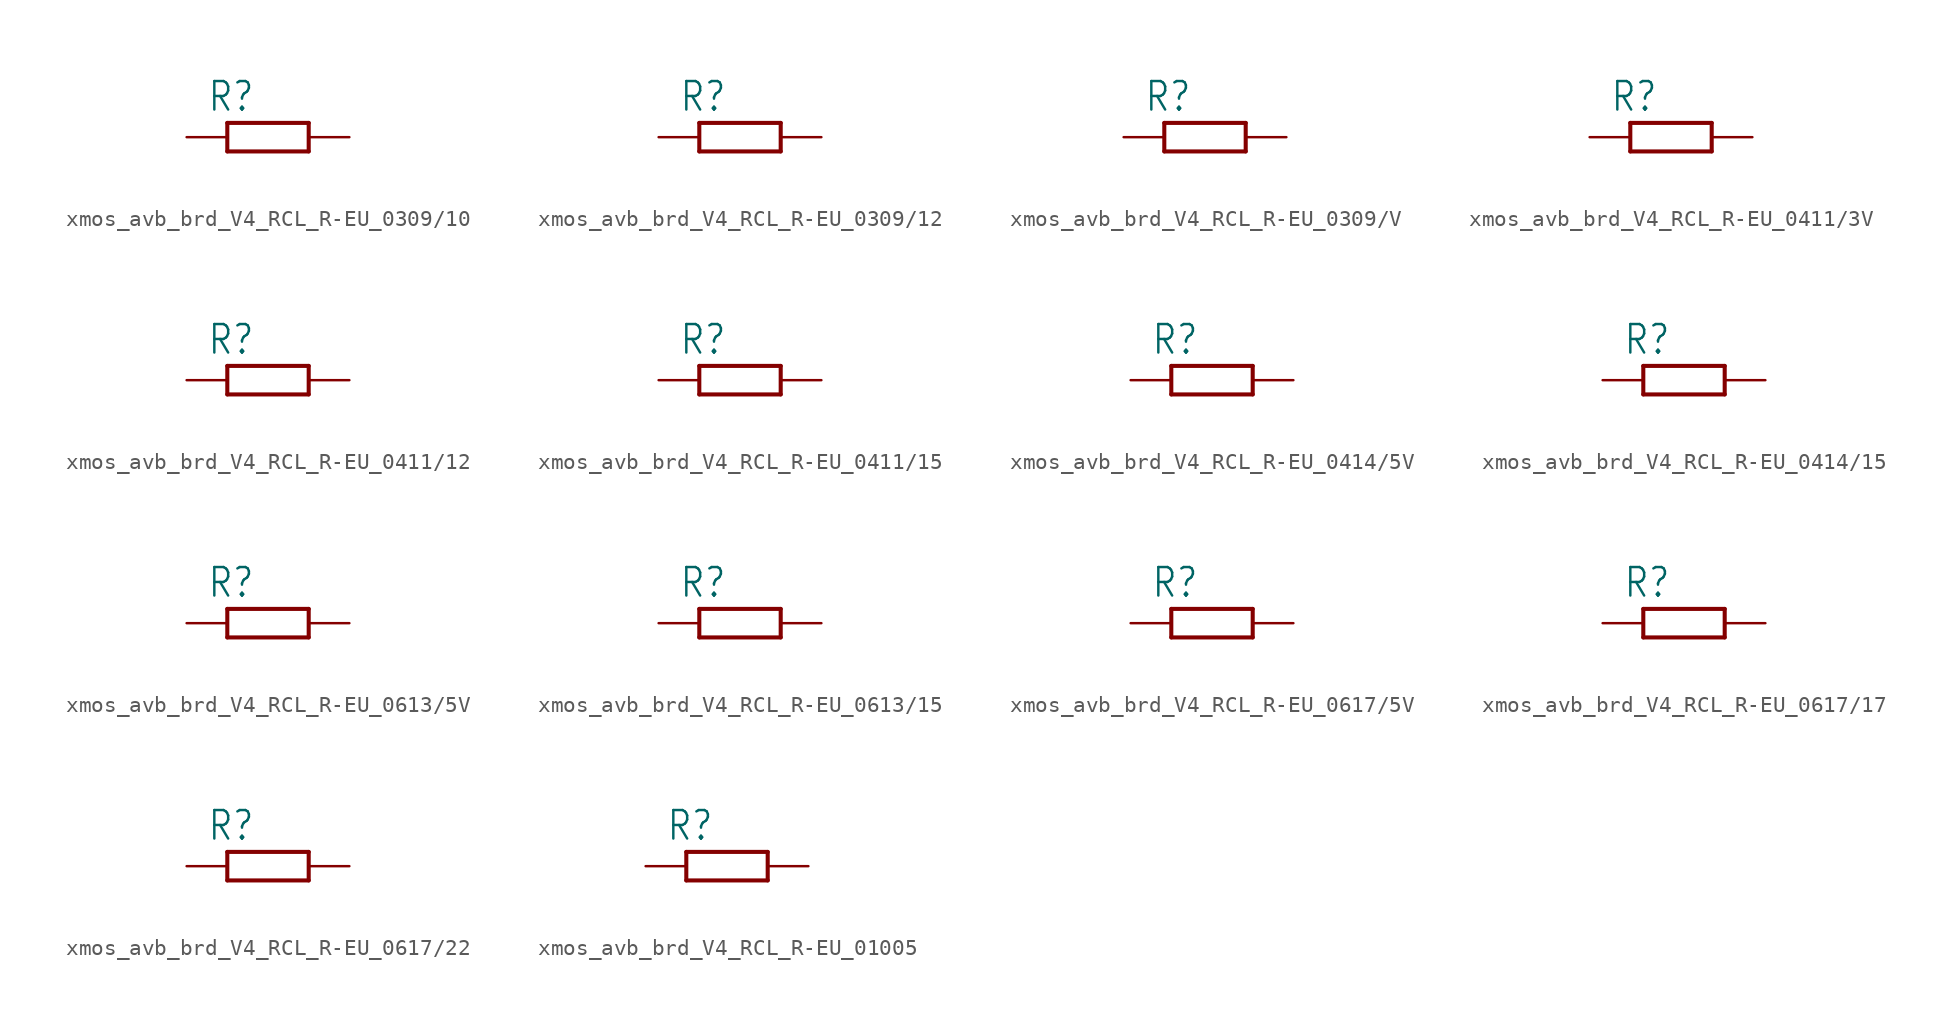
<source format=kicad_sym>
(kicad_symbol_lib
  (version 20241209)
  (generator "kicad_symbol_editor")
  (generator_version "9.0")
  (symbol "xmos_avb_brd_V4_RCL_R-EU_0309/10"
    (property "Reference" "R"
      (at -3.81 1.499 0)
      (effects (font (size 1.778 1.511)) (justify left bottom)))
    (property "Value" ""
      (at -3.81 -3.302 0)
      (effects (font (size 1.778 1.511)) (justify left bottom)))
    (property "ki_locked" ""
      (at 0 0 0)
      (effects (font (size 1.27 1.27))))
    (symbol "xmos_avb_brd_V4_RCL_R-EU_0309/10_1_0"
      (polyline (pts (xy -2.54 -0.889) (xy -2.54 0.889)) (stroke (width 0.254) (type solid)) (fill (type none)))
      (polyline (pts (xy -2.54 -0.889) (xy 2.54 -0.889)) (stroke (width 0.254) (type solid)) (fill (type none)))
      (polyline (pts (xy 2.54 0.889) (xy -2.54 0.889)) (stroke (width 0.254) (type solid)) (fill (type none)))
      (polyline (pts (xy 2.54 -0.889) (xy 2.54 0.889)) (stroke (width 0.254) (type solid)) (fill (type none)))
      (pin passive line (at -5.08 0 0) (length 2.54) (name "1" (effects (font (size 0 0)))) (number "1" (effects (font (size 0 0)))))
      (pin passive line (at 5.08 0 180) (length 2.54) (name "2" (effects (font (size 0 0)))) (number "2" (effects (font (size 0 0)))))))
  (symbol "xmos_avb_brd_V4_RCL_R-EU_0309/12"
    (property "Reference" "R"
      (at -3.81 1.499 0)
      (effects (font (size 1.778 1.511)) (justify left bottom)))
    (property "Value" ""
      (at -3.81 -3.302 0)
      (effects (font (size 1.778 1.511)) (justify left bottom)))
    (property "ki_locked" ""
      (at 0 0 0)
      (effects (font (size 1.27 1.27))))
    (symbol "xmos_avb_brd_V4_RCL_R-EU_0309/12_1_0"
      (polyline (pts (xy -2.54 -0.889) (xy -2.54 0.889)) (stroke (width 0.254) (type solid)) (fill (type none)))
      (polyline (pts (xy -2.54 -0.889) (xy 2.54 -0.889)) (stroke (width 0.254) (type solid)) (fill (type none)))
      (polyline (pts (xy 2.54 0.889) (xy -2.54 0.889)) (stroke (width 0.254) (type solid)) (fill (type none)))
      (polyline (pts (xy 2.54 -0.889) (xy 2.54 0.889)) (stroke (width 0.254) (type solid)) (fill (type none)))
      (pin passive line (at -5.08 0 0) (length 2.54) (name "1" (effects (font (size 0 0)))) (number "1" (effects (font (size 0 0)))))
      (pin passive line (at 5.08 0 180) (length 2.54) (name "2" (effects (font (size 0 0)))) (number "2" (effects (font (size 0 0)))))))
  (symbol "xmos_avb_brd_V4_RCL_R-EU_0309/V"
    (property "Reference" "R"
      (at -3.81 1.499 0)
      (effects (font (size 1.778 1.511)) (justify left bottom)))
    (property "Value" ""
      (at -3.81 -3.302 0)
      (effects (font (size 1.778 1.511)) (justify left bottom)))
    (property "ki_locked" ""
      (at 0 0 0)
      (effects (font (size 1.27 1.27))))
    (symbol "xmos_avb_brd_V4_RCL_R-EU_0309/V_1_0"
      (polyline (pts (xy -2.54 -0.889) (xy -2.54 0.889)) (stroke (width 0.254) (type solid)) (fill (type none)))
      (polyline (pts (xy -2.54 -0.889) (xy 2.54 -0.889)) (stroke (width 0.254) (type solid)) (fill (type none)))
      (polyline (pts (xy 2.54 0.889) (xy -2.54 0.889)) (stroke (width 0.254) (type solid)) (fill (type none)))
      (polyline (pts (xy 2.54 -0.889) (xy 2.54 0.889)) (stroke (width 0.254) (type solid)) (fill (type none)))
      (pin passive line (at -5.08 0 0) (length 2.54) (name "1" (effects (font (size 0 0)))) (number "1" (effects (font (size 0 0)))))
      (pin passive line (at 5.08 0 180) (length 2.54) (name "2" (effects (font (size 0 0)))) (number "2" (effects (font (size 0 0)))))))
  (symbol "xmos_avb_brd_V4_RCL_R-EU_0411/3V"
    (property "Reference" "R"
      (at -3.81 1.499 0)
      (effects (font (size 1.778 1.511)) (justify left bottom)))
    (property "Value" ""
      (at -3.81 -3.302 0)
      (effects (font (size 1.778 1.511)) (justify left bottom)))
    (property "ki_locked" ""
      (at 0 0 0)
      (effects (font (size 1.27 1.27))))
    (symbol "xmos_avb_brd_V4_RCL_R-EU_0411/3V_1_0"
      (polyline (pts (xy -2.54 -0.889) (xy -2.54 0.889)) (stroke (width 0.254) (type solid)) (fill (type none)))
      (polyline (pts (xy -2.54 -0.889) (xy 2.54 -0.889)) (stroke (width 0.254) (type solid)) (fill (type none)))
      (polyline (pts (xy 2.54 0.889) (xy -2.54 0.889)) (stroke (width 0.254) (type solid)) (fill (type none)))
      (polyline (pts (xy 2.54 -0.889) (xy 2.54 0.889)) (stroke (width 0.254) (type solid)) (fill (type none)))
      (pin passive line (at -5.08 0 0) (length 2.54) (name "1" (effects (font (size 0 0)))) (number "1" (effects (font (size 0 0)))))
      (pin passive line (at 5.08 0 180) (length 2.54) (name "2" (effects (font (size 0 0)))) (number "2" (effects (font (size 0 0)))))))
  (symbol "xmos_avb_brd_V4_RCL_R-EU_0411/12"
    (property "Reference" "R"
      (at -3.81 1.499 0)
      (effects (font (size 1.778 1.511)) (justify left bottom)))
    (property "Value" ""
      (at -3.81 -3.302 0)
      (effects (font (size 1.778 1.511)) (justify left bottom)))
    (property "ki_locked" ""
      (at 0 0 0)
      (effects (font (size 1.27 1.27))))
    (symbol "xmos_avb_brd_V4_RCL_R-EU_0411/12_1_0"
      (polyline (pts (xy -2.54 -0.889) (xy -2.54 0.889)) (stroke (width 0.254) (type solid)) (fill (type none)))
      (polyline (pts (xy -2.54 -0.889) (xy 2.54 -0.889)) (stroke (width 0.254) (type solid)) (fill (type none)))
      (polyline (pts (xy 2.54 0.889) (xy -2.54 0.889)) (stroke (width 0.254) (type solid)) (fill (type none)))
      (polyline (pts (xy 2.54 -0.889) (xy 2.54 0.889)) (stroke (width 0.254) (type solid)) (fill (type none)))
      (pin passive line (at -5.08 0 0) (length 2.54) (name "1" (effects (font (size 0 0)))) (number "1" (effects (font (size 0 0)))))
      (pin passive line (at 5.08 0 180) (length 2.54) (name "2" (effects (font (size 0 0)))) (number "2" (effects (font (size 0 0)))))))
  (symbol "xmos_avb_brd_V4_RCL_R-EU_0411/15"
    (property "Reference" "R"
      (at -3.81 1.499 0)
      (effects (font (size 1.778 1.511)) (justify left bottom)))
    (property "Value" ""
      (at -3.81 -3.302 0)
      (effects (font (size 1.778 1.511)) (justify left bottom)))
    (property "ki_locked" ""
      (at 0 0 0)
      (effects (font (size 1.27 1.27))))
    (symbol "xmos_avb_brd_V4_RCL_R-EU_0411/15_1_0"
      (polyline (pts (xy -2.54 -0.889) (xy -2.54 0.889)) (stroke (width 0.254) (type solid)) (fill (type none)))
      (polyline (pts (xy -2.54 -0.889) (xy 2.54 -0.889)) (stroke (width 0.254) (type solid)) (fill (type none)))
      (polyline (pts (xy 2.54 0.889) (xy -2.54 0.889)) (stroke (width 0.254) (type solid)) (fill (type none)))
      (polyline (pts (xy 2.54 -0.889) (xy 2.54 0.889)) (stroke (width 0.254) (type solid)) (fill (type none)))
      (pin passive line (at -5.08 0 0) (length 2.54) (name "1" (effects (font (size 0 0)))) (number "1" (effects (font (size 0 0)))))
      (pin passive line (at 5.08 0 180) (length 2.54) (name "2" (effects (font (size 0 0)))) (number "2" (effects (font (size 0 0)))))))
  (symbol "xmos_avb_brd_V4_RCL_R-EU_0414/5V"
    (property "Reference" "R"
      (at -3.81 1.499 0)
      (effects (font (size 1.778 1.511)) (justify left bottom)))
    (property "Value" ""
      (at -3.81 -3.302 0)
      (effects (font (size 1.778 1.511)) (justify left bottom)))
    (property "ki_locked" ""
      (at 0 0 0)
      (effects (font (size 1.27 1.27))))
    (symbol "xmos_avb_brd_V4_RCL_R-EU_0414/5V_1_0"
      (polyline (pts (xy -2.54 -0.889) (xy -2.54 0.889)) (stroke (width 0.254) (type solid)) (fill (type none)))
      (polyline (pts (xy -2.54 -0.889) (xy 2.54 -0.889)) (stroke (width 0.254) (type solid)) (fill (type none)))
      (polyline (pts (xy 2.54 0.889) (xy -2.54 0.889)) (stroke (width 0.254) (type solid)) (fill (type none)))
      (polyline (pts (xy 2.54 -0.889) (xy 2.54 0.889)) (stroke (width 0.254) (type solid)) (fill (type none)))
      (pin passive line (at -5.08 0 0) (length 2.54) (name "1" (effects (font (size 0 0)))) (number "1" (effects (font (size 0 0)))))
      (pin passive line (at 5.08 0 180) (length 2.54) (name "2" (effects (font (size 0 0)))) (number "2" (effects (font (size 0 0)))))))
  (symbol "xmos_avb_brd_V4_RCL_R-EU_0414/15"
    (property "Reference" "R"
      (at -3.81 1.499 0)
      (effects (font (size 1.778 1.511)) (justify left bottom)))
    (property "Value" ""
      (at -3.81 -3.302 0)
      (effects (font (size 1.778 1.511)) (justify left bottom)))
    (property "ki_locked" ""
      (at 0 0 0)
      (effects (font (size 1.27 1.27))))
    (symbol "xmos_avb_brd_V4_RCL_R-EU_0414/15_1_0"
      (polyline (pts (xy -2.54 -0.889) (xy -2.54 0.889)) (stroke (width 0.254) (type solid)) (fill (type none)))
      (polyline (pts (xy -2.54 -0.889) (xy 2.54 -0.889)) (stroke (width 0.254) (type solid)) (fill (type none)))
      (polyline (pts (xy 2.54 0.889) (xy -2.54 0.889)) (stroke (width 0.254) (type solid)) (fill (type none)))
      (polyline (pts (xy 2.54 -0.889) (xy 2.54 0.889)) (stroke (width 0.254) (type solid)) (fill (type none)))
      (pin passive line (at -5.08 0 0) (length 2.54) (name "1" (effects (font (size 0 0)))) (number "1" (effects (font (size 0 0)))))
      (pin passive line (at 5.08 0 180) (length 2.54) (name "2" (effects (font (size 0 0)))) (number "2" (effects (font (size 0 0)))))))
  (symbol "xmos_avb_brd_V4_RCL_R-EU_0613/5V"
    (property "Reference" "R"
      (at -3.81 1.499 0)
      (effects (font (size 1.778 1.511)) (justify left bottom)))
    (property "Value" ""
      (at -3.81 -3.302 0)
      (effects (font (size 1.778 1.511)) (justify left bottom)))
    (property "ki_locked" ""
      (at 0 0 0)
      (effects (font (size 1.27 1.27))))
    (symbol "xmos_avb_brd_V4_RCL_R-EU_0613/5V_1_0"
      (polyline (pts (xy -2.54 -0.889) (xy -2.54 0.889)) (stroke (width 0.254) (type solid)) (fill (type none)))
      (polyline (pts (xy -2.54 -0.889) (xy 2.54 -0.889)) (stroke (width 0.254) (type solid)) (fill (type none)))
      (polyline (pts (xy 2.54 0.889) (xy -2.54 0.889)) (stroke (width 0.254) (type solid)) (fill (type none)))
      (polyline (pts (xy 2.54 -0.889) (xy 2.54 0.889)) (stroke (width 0.254) (type solid)) (fill (type none)))
      (pin passive line (at -5.08 0 0) (length 2.54) (name "1" (effects (font (size 0 0)))) (number "1" (effects (font (size 0 0)))))
      (pin passive line (at 5.08 0 180) (length 2.54) (name "2" (effects (font (size 0 0)))) (number "2" (effects (font (size 0 0)))))))
  (symbol "xmos_avb_brd_V4_RCL_R-EU_0613/15"
    (property "Reference" "R"
      (at -3.81 1.499 0)
      (effects (font (size 1.778 1.511)) (justify left bottom)))
    (property "Value" ""
      (at -3.81 -3.302 0)
      (effects (font (size 1.778 1.511)) (justify left bottom)))
    (property "ki_locked" ""
      (at 0 0 0)
      (effects (font (size 1.27 1.27))))
    (symbol "xmos_avb_brd_V4_RCL_R-EU_0613/15_1_0"
      (polyline (pts (xy -2.54 -0.889) (xy -2.54 0.889)) (stroke (width 0.254) (type solid)) (fill (type none)))
      (polyline (pts (xy -2.54 -0.889) (xy 2.54 -0.889)) (stroke (width 0.254) (type solid)) (fill (type none)))
      (polyline (pts (xy 2.54 0.889) (xy -2.54 0.889)) (stroke (width 0.254) (type solid)) (fill (type none)))
      (polyline (pts (xy 2.54 -0.889) (xy 2.54 0.889)) (stroke (width 0.254) (type solid)) (fill (type none)))
      (pin passive line (at -5.08 0 0) (length 2.54) (name "1" (effects (font (size 0 0)))) (number "1" (effects (font (size 0 0)))))
      (pin passive line (at 5.08 0 180) (length 2.54) (name "2" (effects (font (size 0 0)))) (number "2" (effects (font (size 0 0)))))))
  (symbol "xmos_avb_brd_V4_RCL_R-EU_0617/5V"
    (property "Reference" "R"
      (at -3.81 1.499 0)
      (effects (font (size 1.778 1.511)) (justify left bottom)))
    (property "Value" ""
      (at -3.81 -3.302 0)
      (effects (font (size 1.778 1.511)) (justify left bottom)))
    (property "ki_locked" ""
      (at 0 0 0)
      (effects (font (size 1.27 1.27))))
    (symbol "xmos_avb_brd_V4_RCL_R-EU_0617/5V_1_0"
      (polyline (pts (xy -2.54 -0.889) (xy -2.54 0.889)) (stroke (width 0.254) (type solid)) (fill (type none)))
      (polyline (pts (xy -2.54 -0.889) (xy 2.54 -0.889)) (stroke (width 0.254) (type solid)) (fill (type none)))
      (polyline (pts (xy 2.54 0.889) (xy -2.54 0.889)) (stroke (width 0.254) (type solid)) (fill (type none)))
      (polyline (pts (xy 2.54 -0.889) (xy 2.54 0.889)) (stroke (width 0.254) (type solid)) (fill (type none)))
      (pin passive line (at -5.08 0 0) (length 2.54) (name "1" (effects (font (size 0 0)))) (number "1" (effects (font (size 0 0)))))
      (pin passive line (at 5.08 0 180) (length 2.54) (name "2" (effects (font (size 0 0)))) (number "2" (effects (font (size 0 0)))))))
  (symbol "xmos_avb_brd_V4_RCL_R-EU_0617/17"
    (property "Reference" "R"
      (at -3.81 1.499 0)
      (effects (font (size 1.778 1.511)) (justify left bottom)))
    (property "Value" ""
      (at -3.81 -3.302 0)
      (effects (font (size 1.778 1.511)) (justify left bottom)))
    (property "ki_locked" ""
      (at 0 0 0)
      (effects (font (size 1.27 1.27))))
    (symbol "xmos_avb_brd_V4_RCL_R-EU_0617/17_1_0"
      (polyline (pts (xy -2.54 -0.889) (xy -2.54 0.889)) (stroke (width 0.254) (type solid)) (fill (type none)))
      (polyline (pts (xy -2.54 -0.889) (xy 2.54 -0.889)) (stroke (width 0.254) (type solid)) (fill (type none)))
      (polyline (pts (xy 2.54 0.889) (xy -2.54 0.889)) (stroke (width 0.254) (type solid)) (fill (type none)))
      (polyline (pts (xy 2.54 -0.889) (xy 2.54 0.889)) (stroke (width 0.254) (type solid)) (fill (type none)))
      (pin passive line (at -5.08 0 0) (length 2.54) (name "1" (effects (font (size 0 0)))) (number "1" (effects (font (size 0 0)))))
      (pin passive line (at 5.08 0 180) (length 2.54) (name "2" (effects (font (size 0 0)))) (number "2" (effects (font (size 0 0)))))))
  (symbol "xmos_avb_brd_V4_RCL_R-EU_0617/22"
    (property "Reference" "R"
      (at -3.81 1.499 0)
      (effects (font (size 1.778 1.511)) (justify left bottom)))
    (property "Value" ""
      (at -3.81 -3.302 0)
      (effects (font (size 1.778 1.511)) (justify left bottom)))
    (property "ki_locked" ""
      (at 0 0 0)
      (effects (font (size 1.27 1.27))))
    (symbol "xmos_avb_brd_V4_RCL_R-EU_0617/22_1_0"
      (polyline (pts (xy -2.54 -0.889) (xy -2.54 0.889)) (stroke (width 0.254) (type solid)) (fill (type none)))
      (polyline (pts (xy -2.54 -0.889) (xy 2.54 -0.889)) (stroke (width 0.254) (type solid)) (fill (type none)))
      (polyline (pts (xy 2.54 0.889) (xy -2.54 0.889)) (stroke (width 0.254) (type solid)) (fill (type none)))
      (polyline (pts (xy 2.54 -0.889) (xy 2.54 0.889)) (stroke (width 0.254) (type solid)) (fill (type none)))
      (pin passive line (at -5.08 0 0) (length 2.54) (name "1" (effects (font (size 0 0)))) (number "1" (effects (font (size 0 0)))))
      (pin passive line (at 5.08 0 180) (length 2.54) (name "2" (effects (font (size 0 0)))) (number "2" (effects (font (size 0 0)))))))
  (symbol "xmos_avb_brd_V4_RCL_R-EU_01005"
    (property "Reference" "R"
      (at -3.81 1.499 0)
      (effects (font (size 1.778 1.511)) (justify left bottom)))
    (property "Value" ""
      (at -3.81 -3.302 0)
      (effects (font (size 1.778 1.511)) (justify left bottom)))
    (property "ki_locked" ""
      (at 0 0 0)
      (effects (font (size 1.27 1.27))))
    (symbol "xmos_avb_brd_V4_RCL_R-EU_01005_1_0"
      (polyline (pts (xy -2.54 -0.889) (xy -2.54 0.889)) (stroke (width 0.254) (type solid)) (fill (type none)))
      (polyline (pts (xy -2.54 -0.889) (xy 2.54 -0.889)) (stroke (width 0.254) (type solid)) (fill (type none)))
      (polyline (pts (xy 2.54 0.889) (xy -2.54 0.889)) (stroke (width 0.254) (type solid)) (fill (type none)))
      (polyline (pts (xy 2.54 -0.889) (xy 2.54 0.889)) (stroke (width 0.254) (type solid)) (fill (type none)))
      (pin passive line (at -5.08 0 0) (length 2.54) (name "1" (effects (font (size 0 0)))) (number "1" (effects (font (size 0 0)))))
      (pin passive line (at 5.08 0 180) (length 2.54) (name "2" (effects (font (size 0 0)))) (number "2" (effects (font (size 0 0))))))))
</source>
